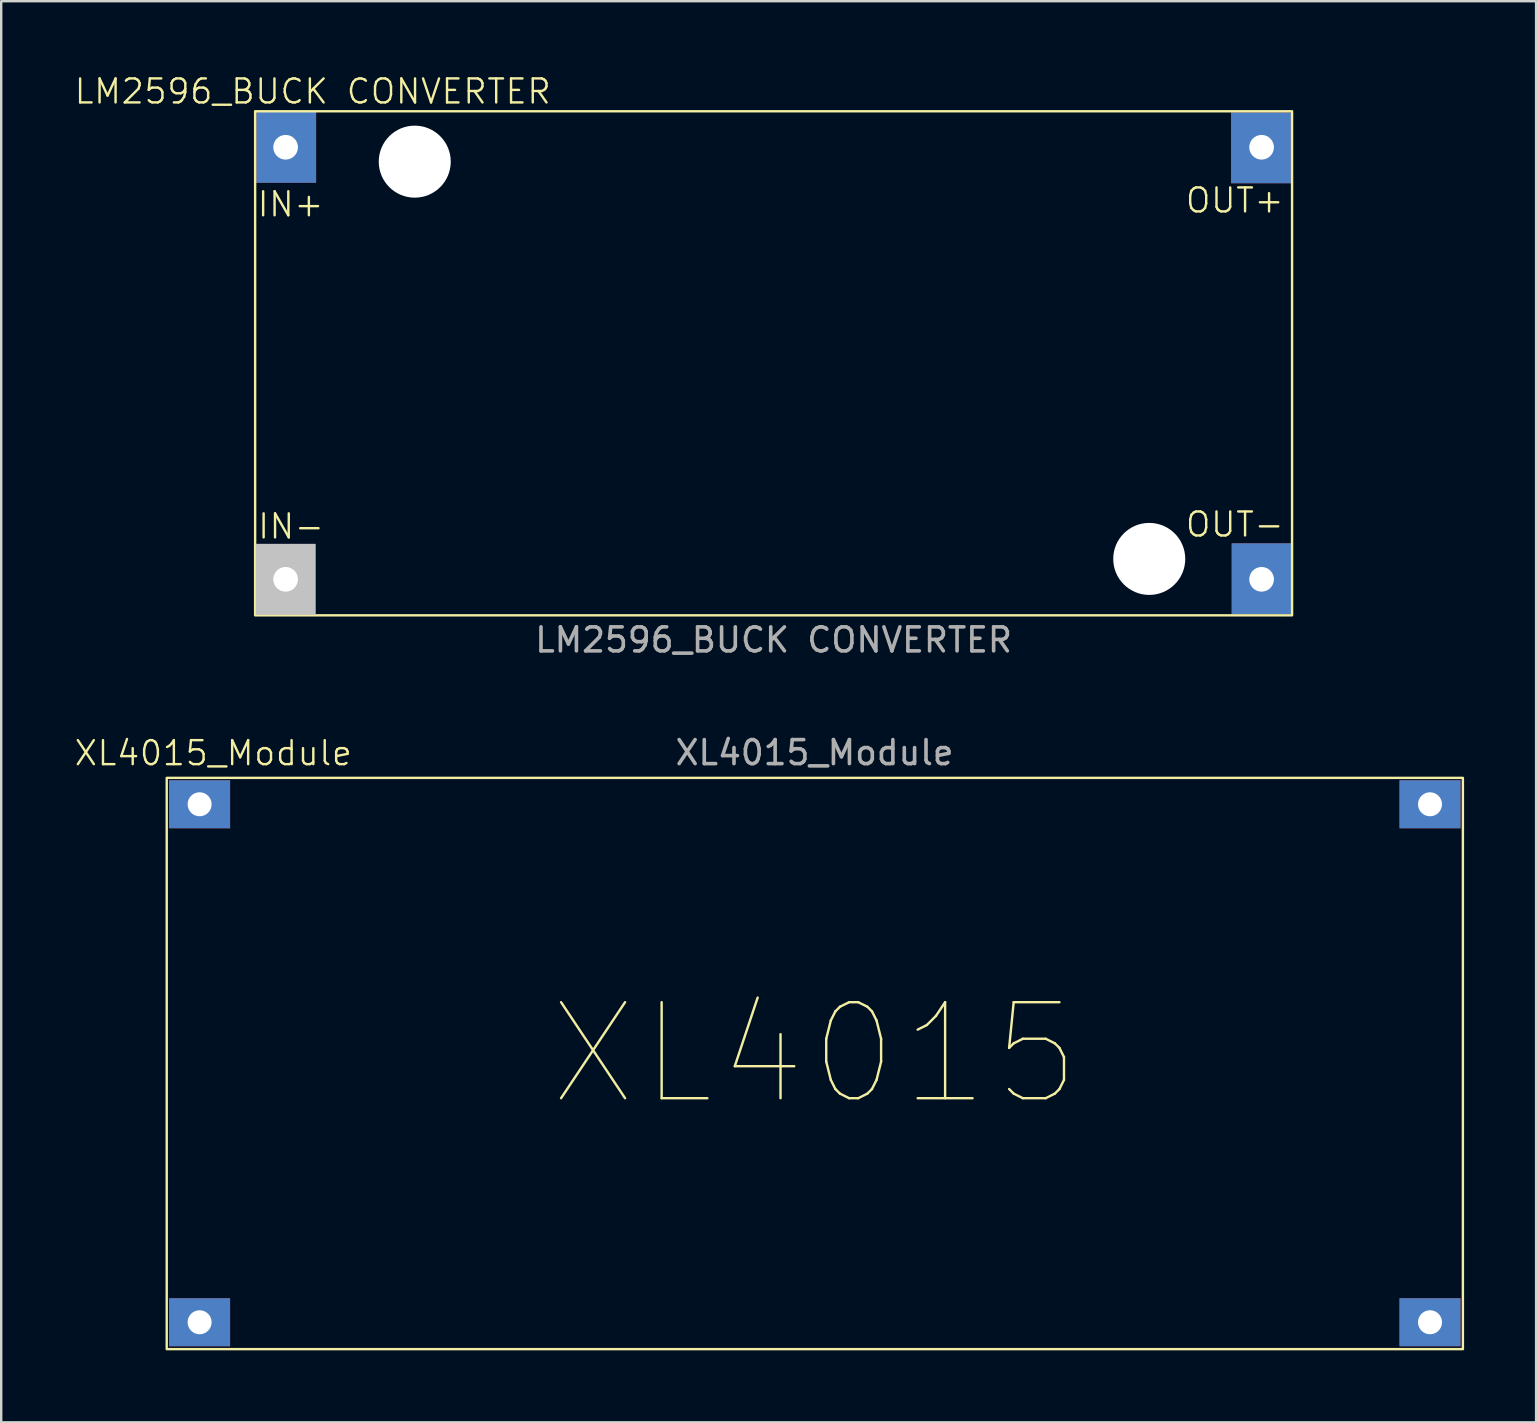
<source format=kicad_pcb>
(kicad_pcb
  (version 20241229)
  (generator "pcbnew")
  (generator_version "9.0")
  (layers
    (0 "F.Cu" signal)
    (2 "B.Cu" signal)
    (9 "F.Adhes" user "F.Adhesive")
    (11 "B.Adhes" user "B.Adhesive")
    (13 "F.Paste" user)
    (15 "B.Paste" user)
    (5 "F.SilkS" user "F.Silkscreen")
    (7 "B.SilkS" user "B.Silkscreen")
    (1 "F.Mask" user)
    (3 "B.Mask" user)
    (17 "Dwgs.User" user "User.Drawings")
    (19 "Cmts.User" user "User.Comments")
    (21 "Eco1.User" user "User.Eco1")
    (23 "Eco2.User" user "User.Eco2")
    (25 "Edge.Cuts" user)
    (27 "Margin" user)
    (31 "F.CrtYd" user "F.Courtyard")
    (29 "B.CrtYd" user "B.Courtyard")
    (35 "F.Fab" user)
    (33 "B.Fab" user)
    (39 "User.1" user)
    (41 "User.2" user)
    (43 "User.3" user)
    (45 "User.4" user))
  (footprint "XL4015_Module"
    (layer "F.Cu")
    (at 30.896 40.857)
    (property "Reference" "XL4015_Module" (at -25.06 -12.53 0) (unlocked yes) (layer "F.SilkS") (effects (font (size 1 1) (thickness 0.1))))
    (attr smd)
    (fp_rect (start -27 -11.5) (end 27 12.3) (stroke (width 0.1) (type solid)) (fill no) (layer "F.SilkS"))
    (fp_text user "XL4015" (at 0 0 0) (unlocked yes) (layer "F.SilkS") (effects (font (size 4 4) (thickness 0.1))))
    (fp_text user "${REFERENCE}" (at -0.01 -12.55 0) (unlocked yes) (layer "F.Fab") (effects (font (size 1 1) (thickness 0.15))))
    (pad "1" thru_hole rect (at -25.63 -10.4) (size 2.54 2) (drill 1) (layers "*.Cu" "*.Mask"))
    (pad "2" thru_hole rect (at -25.63 11.18) (size 2.54 2) (drill 1) (layers "*.Cu" "*.Mask"))
    (pad "3" thru_hole rect (at 25.63 -10.4) (size 2.54 2) (drill 1) (layers "*.Cu" "*.Mask"))
    (pad "4" thru_hole rect (at 25.63 11.18) (size 2.54 2) (drill 1) (layers "*.Cu" "*.Mask")))
  (footprint "LM2596_BUCK CONVERTER"
    (layer "F.Cu")
    (at 29.179 12.085)
    (property "Reference" "LM2596_BUCK CONVERTER" (at -19.2 -11.325 0) (unlocked yes) (layer "F.SilkS") (effects (font (size 1 1) (thickness 0.1))))
    (attr smd)
    (fp_rect (start -21.6 -10.5) (end 21.6 10.5) (stroke (width 0.1) (type solid)) (fill no) (layer "F.SilkS"))
    (fp_text user "OUT-" (at 17.1 7.3 0) (unlocked yes) (layer "F.SilkS") (effects (font (size 1 1) (thickness 0.1)) (justify left bottom)))
    (fp_text user "IN-" (at -21.55 7.38 0) (unlocked yes) (layer "F.SilkS") (effects (font (size 1 1) (thickness 0.1)) (justify left bottom)))
    (fp_text user "OUT+" (at 17.1 -6.2 0) (unlocked yes) (layer "F.SilkS") (effects (font (size 1 1) (thickness 0.1)) (justify left bottom)))
    (fp_text user "IN+" (at -21.57 -6.04 0) (unlocked yes) (layer "F.SilkS") (effects (font (size 1 1) (thickness 0.1)) (justify left bottom)))
    (fp_text user "${REFERENCE}" (at 0 11.525 0) (unlocked yes) (layer "F.Fab") (effects (font (size 1 1) (thickness 0.15))))
    (pad "" np_thru_hole circle (at -14.95 -8.4) (size 3 3) (drill 3) (layers "*.Cu" "*.Mask"))
    (pad "" np_thru_hole circle (at 15.65 8.15) (size 3 3) (drill 3) (layers "*.Cu" "*.Mask"))
    (pad "1" thru_hole rect (at -20.33 -9) (size 2.49 2.95) (drill 1.028 (offset 0.025 0.005)) (layers "*.Cu" "*.Mask"))
    (pad "2" thru_hole rect (at -20.33 9) (size 2.49 2.95) (drill 1.028) (layers "*.Cu" "*.Mask" "Dwgs.User"))
    (pad "3" thru_hole rect (at 20.33 -9) (size 2.49 2.95) (drill 1.028 (offset -0.025 0.025)) (layers "*.Cu" "*.Mask"))
    (pad "4" thru_hole rect (at 20.33 9) (size 2.49 2.95) (drill 1.028 (offset 0 -0.025)) (layers "*.Cu" "*.Mask")))
  (gr_rect
    (start -3 -3)
    (end 60.946 56.207)
    (stroke (width 0.1) (type default))
    (fill no)
    (layer "Edge.Cuts")))
</source>
